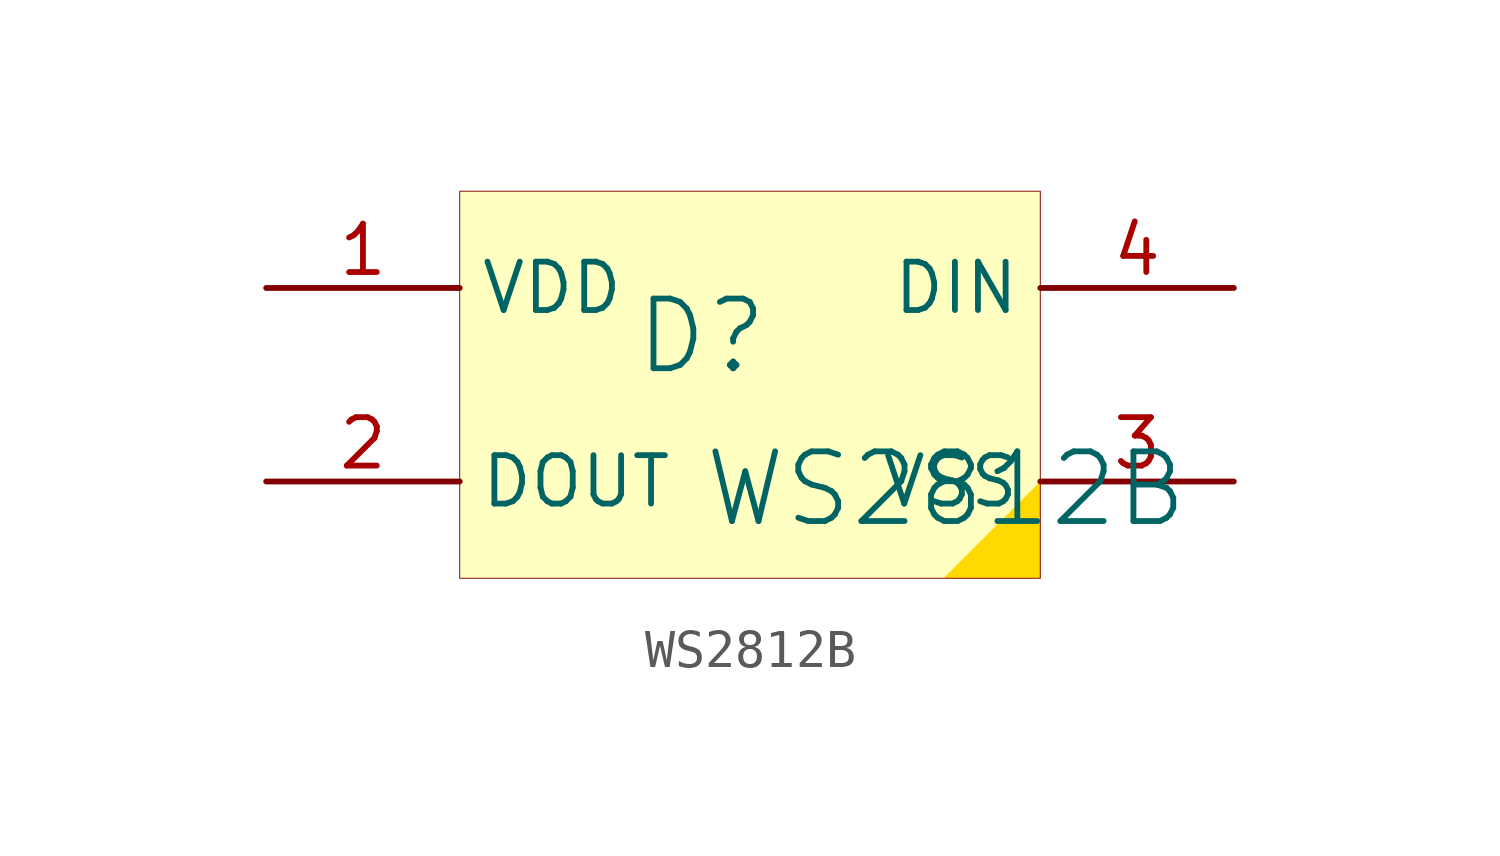
<source format=kicad_sym>
(kicad_symbol_lib
  (version 20241209)
  (generator "kicad_symbol_editor")
  (generator_version "9.0")
  (symbol "WS2812B"
    (property "Reference" "D"
      (at -1.27 1.27 0)
      (effects (font (size 1.829 1.829))))
    (property "Value" "WS2812B"
      (at -1.27 -3.81 0)
      (effects (font (size 1.829 1.829)) (justify left bottom)))
    (symbol "WS2812B_1_0"
      (polyline (pts (xy 5.08 -5.08) (xy 7.62 -5.08) (xy 7.62 -2.54) (xy 5.08 -5.08)) (stroke (width -0.0001) (type solid) (color 255 217 0 1)) (fill (type outline)))
      (rectangle (start 7.62 5.08) (end -7.62 -5.08) (stroke (width 0.025) (type solid) (color 128 0 0 1)) (fill (type background)))
      (pin passive line (at -12.7 2.54 0) (length 5.08) (name "VDD" (effects (font (size 1.27 1.27)))) (number "1" (effects (font (size 1.27 1.27)))))
      (pin passive line (at -12.7 -2.54 0) (length 5.08) (name "DOUT" (effects (font (size 1.27 1.27)))) (number "2" (effects (font (size 1.27 1.27)))))
      (pin passive line (at 12.7 2.54 180) (length 5.08) (name "DIN" (effects (font (size 1.27 1.27)))) (number "4" (effects (font (size 1.27 1.27)))))
      (pin passive line (at 12.7 -2.54 180) (length 5.08) (name "VSS" (effects (font (size 1.27 1.27)))) (number "3" (effects (font (size 1.27 1.27))))))))
</source>
